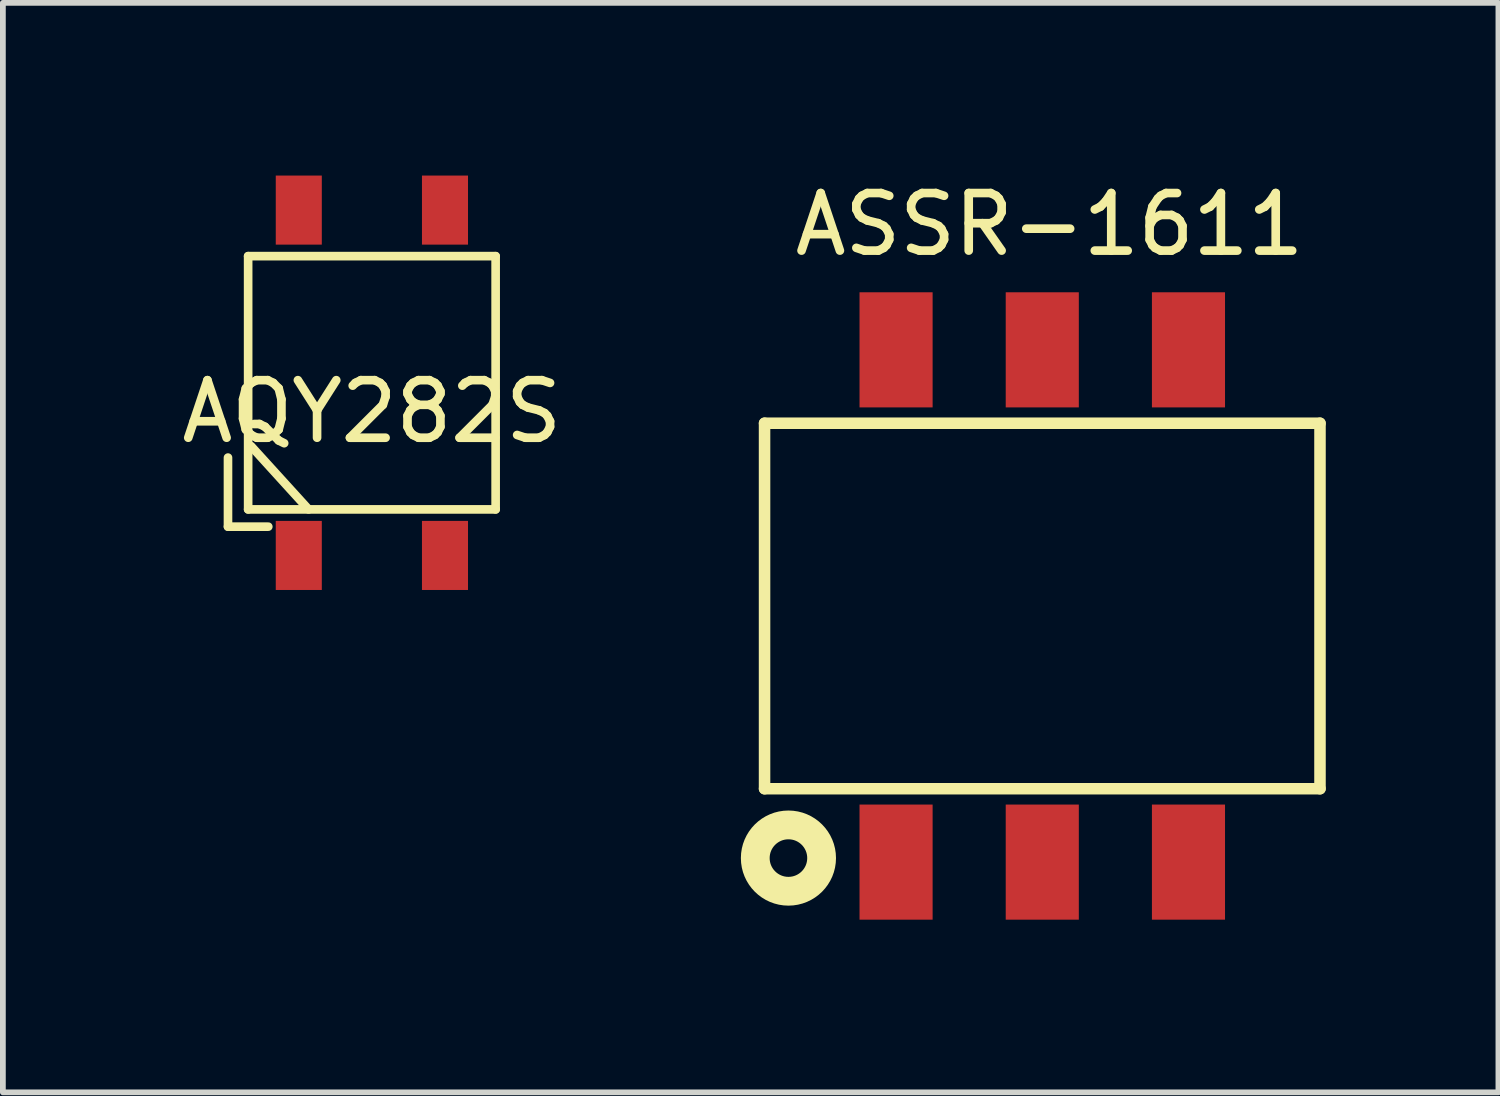
<source format=kicad_pcb>
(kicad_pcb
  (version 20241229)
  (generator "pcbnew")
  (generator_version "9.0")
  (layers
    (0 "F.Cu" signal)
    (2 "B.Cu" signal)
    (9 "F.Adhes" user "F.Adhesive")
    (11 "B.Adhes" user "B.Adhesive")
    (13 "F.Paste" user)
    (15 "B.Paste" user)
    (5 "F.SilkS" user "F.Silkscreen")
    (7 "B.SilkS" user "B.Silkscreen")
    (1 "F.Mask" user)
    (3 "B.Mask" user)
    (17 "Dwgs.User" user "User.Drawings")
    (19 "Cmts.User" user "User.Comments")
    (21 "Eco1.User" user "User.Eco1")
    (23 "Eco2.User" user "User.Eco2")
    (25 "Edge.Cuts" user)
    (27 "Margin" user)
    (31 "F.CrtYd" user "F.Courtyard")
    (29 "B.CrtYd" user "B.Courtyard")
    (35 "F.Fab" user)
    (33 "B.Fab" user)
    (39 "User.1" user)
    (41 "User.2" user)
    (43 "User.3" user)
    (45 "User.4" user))
  (footprint "AQY282S"
    (layer "F.Cu")
    (at 3.411 3.6)
    (property "Reference" "AQY282S" (at 0 0.5 0) (layer "F.SilkS") (effects (font (size 1 1) (thickness 0.15))))
    (attr through_hole)
    (fp_line (start -2.5 1.3) (end -2.5 2.5) (stroke (width 0.15) (type solid)) (layer "F.SilkS"))
    (fp_line (start -2.5 2.5) (end -1.8 2.5) (stroke (width 0.15) (type solid)) (layer "F.SilkS"))
    (fp_line (start -2.15 -2.2) (end -2.15 2.2) (stroke (width 0.15) (type solid)) (layer "F.SilkS"))
    (fp_line (start -2.15 2.2) (end 2.15 2.2) (stroke (width 0.15) (type solid)) (layer "F.SilkS"))
    (fp_line (start -2.1 1.1) (end -1.1 2.2) (stroke (width 0.15) (type solid)) (layer "F.SilkS"))
    (fp_line (start 2.15 -2.2) (end -2.15 -2.2) (stroke (width 0.15) (type solid)) (layer "F.SilkS"))
    (fp_line (start 2.15 2.2) (end 2.15 -2.2) (stroke (width 0.15) (type solid)) (layer "F.SilkS"))
    (pad "1" smd rect (at -1.27 3) (size 0.8 1.2) (layers "F.Cu" "F.Mask" "F.Paste"))
    (pad "2" smd rect (at 1.27 3) (size 0.8 1.2) (layers "F.Cu" "F.Mask" "F.Paste"))
    (pad "3" smd rect (at 1.27 -3) (size 0.8 1.2) (layers "F.Cu" "F.Mask" "F.Paste"))
    (pad "4" smd rect (at -1.27 -3) (size 0.8 1.2) (layers "F.Cu" "F.Mask" "F.Paste")))
  (footprint "ASSR-1611"
    (layer "F.Cu")
    (at 15.058 7.478)
    (property "Reference" "ASSR-1611" (at 0.127 -6.629 0) (layer "F.SilkS") (effects (font (size 1 1) (thickness 0.15))))
    (attr through_hole)
    (fp_line (start -4.825 -3.175) (end -4.825 3.175) (stroke (width 0.2) (type solid)) (layer "F.SilkS"))
    (fp_line (start -4.825 -3.175) (end 4.825 -3.175) (stroke (width 0.2) (type solid)) (layer "F.SilkS"))
    (fp_line (start 4.825 -3.175) (end 4.825 3.175) (stroke (width 0.2) (type solid)) (layer "F.SilkS"))
    (fp_line (start 4.825 3.175) (end -4.825 3.175) (stroke (width 0.2) (type solid)) (layer "F.SilkS"))
    (fp_circle (center -4.41 4.38) (end -3.96 4.74) (stroke (width 0.5) (type solid)) (fill no) (layer "F.SilkS"))
    (pad "1" smd rect (at -2.54 4.45) (size 1.27 2) (layers "F.Cu" "F.Mask" "F.Paste"))
    (pad "2" smd rect (at 0 4.45) (size 1.27 2) (layers "F.Cu" "F.Mask" "F.Paste"))
    (pad "3" smd rect (at 2.54 4.45) (size 1.27 2) (layers "F.Cu" "F.Mask" "F.Paste"))
    (pad "4" smd rect (at 2.54 -4.45) (size 1.27 2) (layers "F.Cu" "F.Mask" "F.Paste"))
    (pad "5" smd rect (at 0 -4.45) (size 1.27 2) (layers "F.Cu" "F.Mask" "F.Paste"))
    (pad "6" smd rect (at -2.54 -4.45) (size 1.27 2) (layers "F.Cu" "F.Mask" "F.Paste")))
  (gr_rect
    (start -3 -3)
    (end 22.983 15.928)
    (stroke (width 0.1) (type default))
    (fill no)
    (layer "Edge.Cuts")))
</source>
